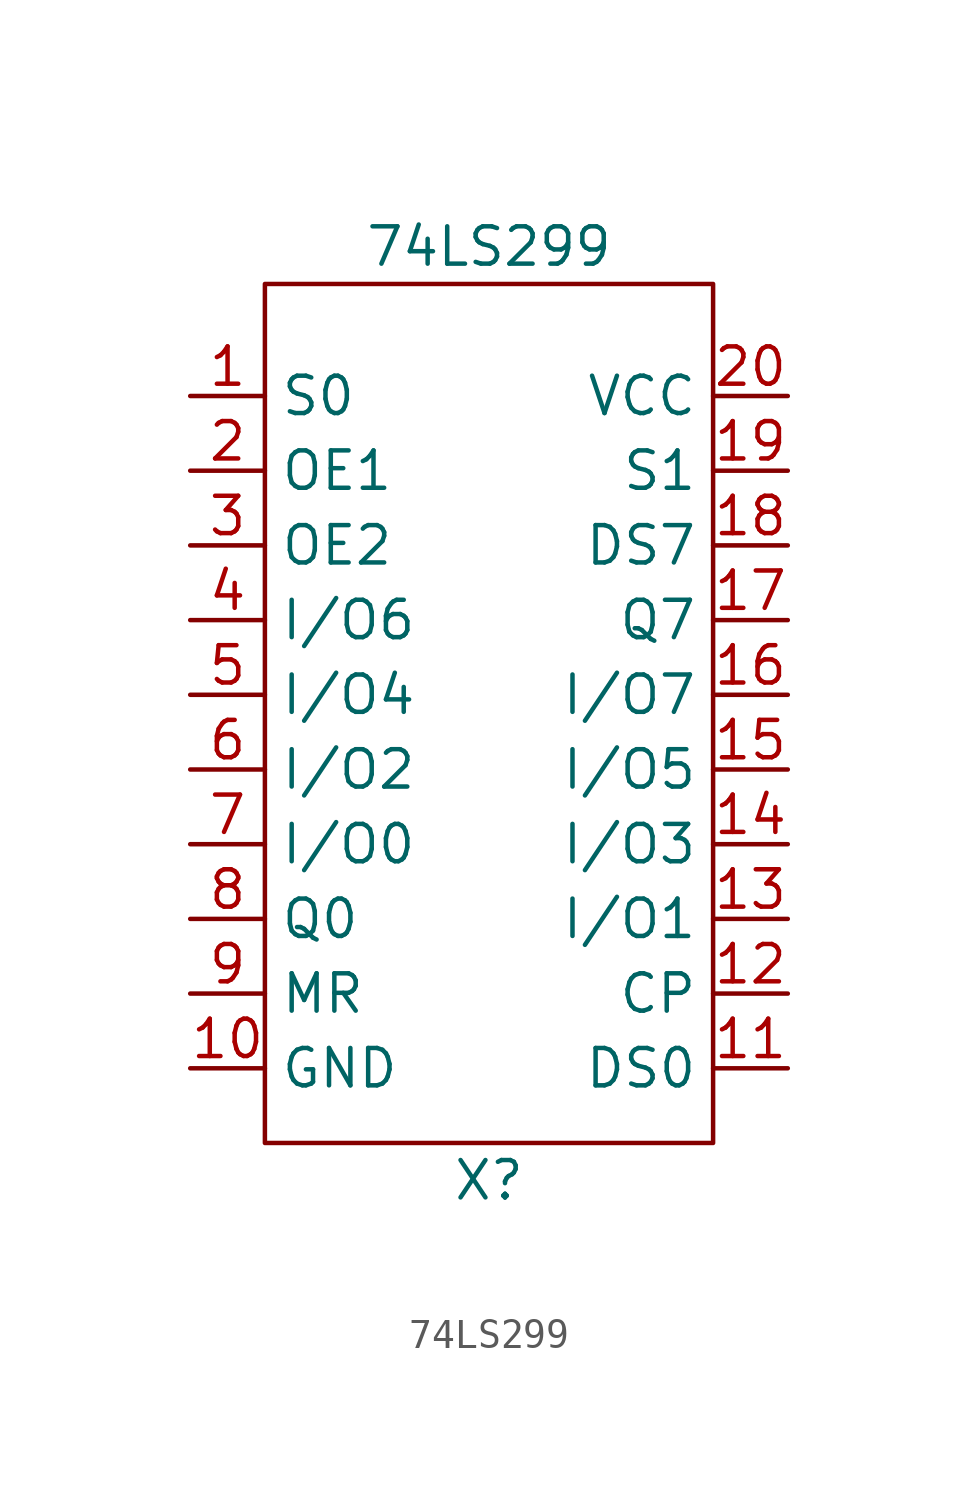
<source format=kicad_sym>
(kicad_symbol_lib
  (version 20211014)
  (generator kicad_symbol_editor)
  (symbol "74LS299"
    (property "Reference" "X"
      (at 0 -8.89 0)
      (effects (font (size 1.27 1.27))))
    (property "Value" "74LS299"
      (at 0 22.86 0)
      (effects (font (size 1.27 1.27))))
    (symbol "74LS299_0_1"
      (rectangle (start -7.62 21.59) (end 7.62 -7.62) (stroke (width 0) (type default) (color 0 0 0 0)) (fill (type none))))
    (symbol "74LS299_1_1"
      (pin input line (at -10.16 17.78 0) (length 2.54) (name "S0" (effects (font (size 1.27 1.27)))) (number "1" (effects (font (size 1.27 1.27)))))
      (pin input line (at -10.16 -5.08 0) (length 2.54) (name "GND" (effects (font (size 1.27 1.27)))) (number "10" (effects (font (size 1.27 1.27)))))
      (pin input line (at 10.16 -5.08 180) (length 2.54) (name "DS0" (effects (font (size 1.27 1.27)))) (number "11" (effects (font (size 1.27 1.27)))))
      (pin input line (at 10.16 -2.54 180) (length 2.54) (name "CP" (effects (font (size 1.27 1.27)))) (number "12" (effects (font (size 1.27 1.27)))))
      (pin input line (at 10.16 0 180) (length 2.54) (name "I/O1" (effects (font (size 1.27 1.27)))) (number "13" (effects (font (size 1.27 1.27)))))
      (pin input line (at 10.16 2.54 180) (length 2.54) (name "I/O3" (effects (font (size 1.27 1.27)))) (number "14" (effects (font (size 1.27 1.27)))))
      (pin input line (at 10.16 5.08 180) (length 2.54) (name "I/O5" (effects (font (size 1.27 1.27)))) (number "15" (effects (font (size 1.27 1.27)))))
      (pin input line (at 10.16 7.62 180) (length 2.54) (name "I/O7" (effects (font (size 1.27 1.27)))) (number "16" (effects (font (size 1.27 1.27)))))
      (pin output line (at 10.16 10.16 180) (length 2.54) (name "Q7" (effects (font (size 1.27 1.27)))) (number "17" (effects (font (size 1.27 1.27)))))
      (pin input line (at 10.16 12.7 180) (length 2.54) (name "DS7" (effects (font (size 1.27 1.27)))) (number "18" (effects (font (size 1.27 1.27)))))
      (pin input line (at 10.16 15.24 180) (length 2.54) (name "S1" (effects (font (size 1.27 1.27)))) (number "19" (effects (font (size 1.27 1.27)))))
      (pin input line (at -10.16 15.24 0) (length 2.54) (name "OE1" (effects (font (size 1.27 1.27)))) (number "2" (effects (font (size 1.27 1.27)))))
      (pin input line (at 10.16 17.78 180) (length 2.54) (name "VCC" (effects (font (size 1.27 1.27)))) (number "20" (effects (font (size 1.27 1.27)))))
      (pin input line (at -10.16 12.7 0) (length 2.54) (name "OE2" (effects (font (size 1.27 1.27)))) (number "3" (effects (font (size 1.27 1.27)))))
      (pin input line (at -10.16 10.16 0) (length 2.54) (name "I/O6" (effects (font (size 1.27 1.27)))) (number "4" (effects (font (size 1.27 1.27)))))
      (pin input line (at -10.16 7.62 0) (length 2.54) (name "I/O4" (effects (font (size 1.27 1.27)))) (number "5" (effects (font (size 1.27 1.27)))))
      (pin input line (at -10.16 5.08 0) (length 2.54) (name "I/O2" (effects (font (size 1.27 1.27)))) (number "6" (effects (font (size 1.27 1.27)))))
      (pin input line (at -10.16 2.54 0) (length 2.54) (name "I/O0" (effects (font (size 1.27 1.27)))) (number "7" (effects (font (size 1.27 1.27)))))
      (pin output line (at -10.16 0 0) (length 2.54) (name "Q0" (effects (font (size 1.27 1.27)))) (number "8" (effects (font (size 1.27 1.27)))))
      (pin input line (at -10.16 -2.54 0) (length 2.54) (name "MR" (effects (font (size 1.27 1.27)))) (number "9" (effects (font (size 1.27 1.27))))))))
</source>
